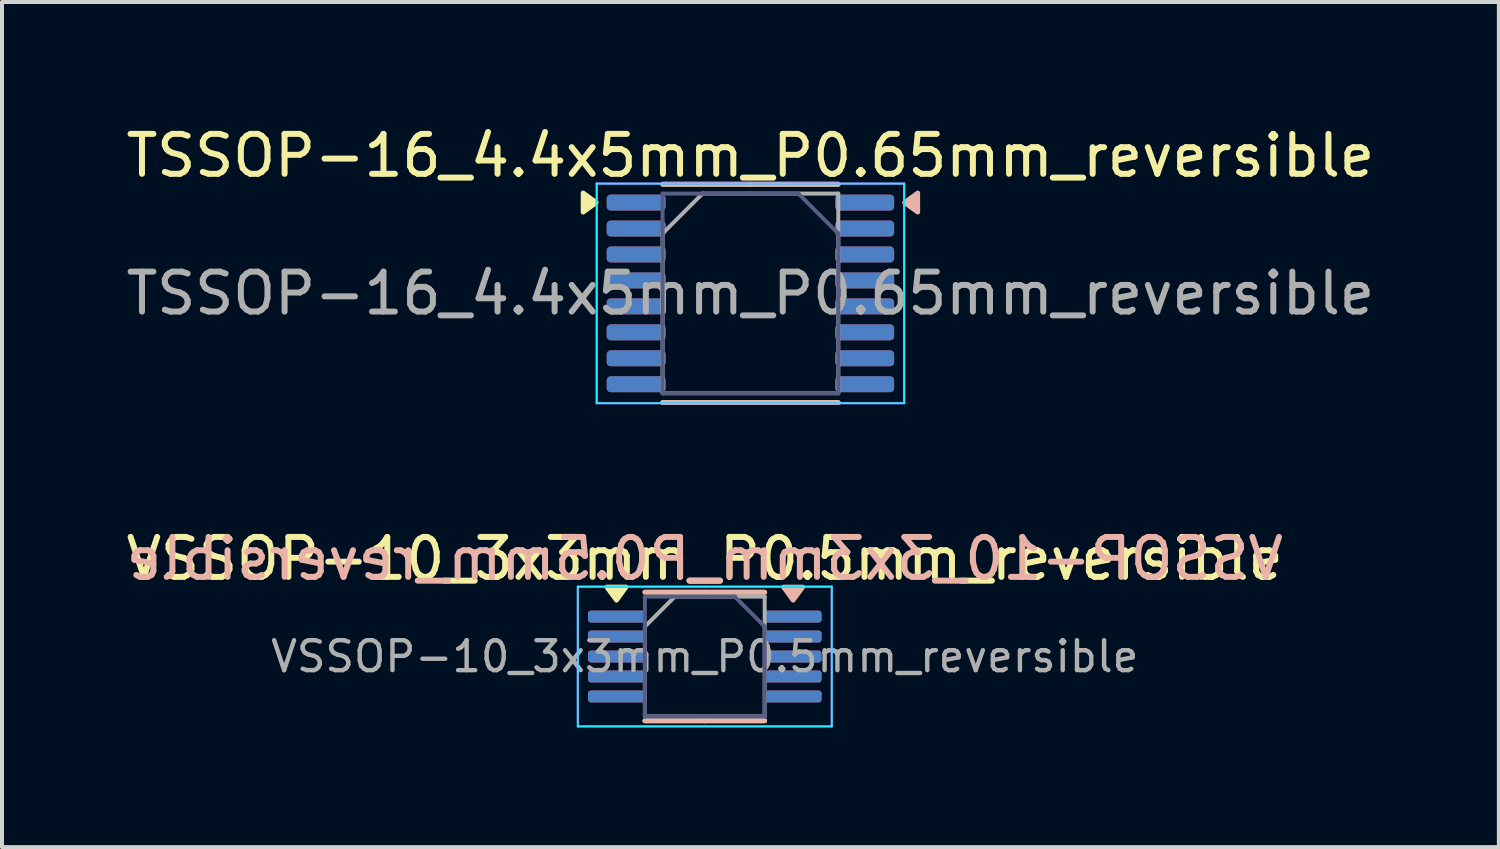
<source format=kicad_pcb>
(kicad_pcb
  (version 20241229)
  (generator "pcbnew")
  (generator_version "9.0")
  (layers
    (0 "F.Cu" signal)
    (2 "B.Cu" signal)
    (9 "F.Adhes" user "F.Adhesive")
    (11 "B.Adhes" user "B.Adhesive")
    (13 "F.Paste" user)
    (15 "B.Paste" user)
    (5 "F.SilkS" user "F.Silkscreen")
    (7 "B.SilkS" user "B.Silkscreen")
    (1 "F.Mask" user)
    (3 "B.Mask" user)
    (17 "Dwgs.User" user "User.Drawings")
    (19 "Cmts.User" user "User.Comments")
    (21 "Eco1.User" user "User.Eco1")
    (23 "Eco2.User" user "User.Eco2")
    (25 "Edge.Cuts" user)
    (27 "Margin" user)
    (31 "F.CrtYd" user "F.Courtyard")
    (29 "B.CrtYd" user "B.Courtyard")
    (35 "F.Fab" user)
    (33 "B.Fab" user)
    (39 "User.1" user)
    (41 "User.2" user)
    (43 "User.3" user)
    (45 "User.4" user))
  (footprint "TSSOP-16_4.4x5mm_P0.65mm_reversible"
    (layer "F.Cu")
    (at 15.744 4.298)
    (property "Reference" "TSSOP-16_4.4x5mm_P0.65mm_reversible" (at 0 -3.45 0) (layer "F.SilkS") (effects (font (size 1 1) (thickness 0.15))))
    (attr smd)
    (fp_line (start 0 -2.735) (end -2.2 -2.735) (stroke (width 0.12) (type solid)) (layer "F.SilkS"))
    (fp_line (start 0 -2.735) (end 2.2 -2.735) (stroke (width 0.12) (type solid)) (layer "F.SilkS"))
    (fp_line (start 0 2.735) (end -2.2 2.735) (stroke (width 0.12) (type solid)) (layer "F.SilkS"))
    (fp_line (start 0 2.735) (end 2.2 2.735) (stroke (width 0.12) (type solid)) (layer "F.SilkS"))
    (fp_poly (pts (xy -3.86 -2.275) (xy -4.19 -2.515) (xy -4.19 -2.035) (xy -3.86 -2.275)) (stroke (width 0.12) (type solid)) (fill yes) (layer "F.SilkS"))
    (fp_line (start -2.2 -2.735) (end 0 -2.735) (stroke (width 0.12) (type solid)) (layer "B.SilkS"))
    (fp_line (start -2.2 2.735) (end 0 2.735) (stroke (width 0.12) (type solid)) (layer "B.SilkS"))
    (fp_line (start 2.2 -2.735) (end 0 -2.735) (stroke (width 0.12) (type solid)) (layer "B.SilkS"))
    (fp_line (start 2.2 2.735) (end 0 2.735) (stroke (width 0.12) (type solid)) (layer "B.SilkS"))
    (fp_poly (pts (xy 3.86 -2.275) (xy 4.19 -2.515) (xy 4.19 -2.035) (xy 3.86 -2.275)) (stroke (width 0.12) (type solid)) (fill yes) (layer "B.SilkS"))
    (fp_line (start -3.85 -2.75) (end -3.85 2.75) (stroke (width 0.05) (type solid)) (layer "B.CrtYd"))
    (fp_line (start -3.85 2.75) (end 3.85 2.75) (stroke (width 0.05) (type solid)) (layer "B.CrtYd"))
    (fp_line (start 3.85 -2.75) (end -3.85 -2.75) (stroke (width 0.05) (type solid)) (layer "B.CrtYd"))
    (fp_line (start 3.85 2.75) (end 3.85 -2.75) (stroke (width 0.05) (type solid)) (layer "B.CrtYd"))
    (fp_line (start -3.85 -2.75) (end -3.85 2.75) (stroke (width 0.05) (type solid)) (layer "F.CrtYd"))
    (fp_line (start -3.85 2.75) (end 3.85 2.75) (stroke (width 0.05) (type solid)) (layer "F.CrtYd"))
    (fp_line (start 3.85 -2.75) (end -3.85 -2.75) (stroke (width 0.05) (type solid)) (layer "F.CrtYd"))
    (fp_line (start 3.85 2.75) (end 3.85 -2.75) (stroke (width 0.05) (type solid)) (layer "F.CrtYd"))
    (fp_line (start -2.2 -2.5) (end 1.2 -2.5) (stroke (width 0.1) (type solid)) (layer "B.Fab"))
    (fp_line (start -2.2 2.5) (end -2.2 -2.5) (stroke (width 0.1) (type solid)) (layer "B.Fab"))
    (fp_line (start 1.2 -2.5) (end 2.2 -1.5) (stroke (width 0.1) (type solid)) (layer "B.Fab"))
    (fp_line (start 2.2 -1.5) (end 2.2 2.5) (stroke (width 0.1) (type solid)) (layer "B.Fab"))
    (fp_line (start 2.2 2.5) (end -2.2 2.5) (stroke (width 0.1) (type solid)) (layer "B.Fab"))
    (fp_line (start -2.2 -1.5) (end -1.2 -2.5) (stroke (width 0.1) (type solid)) (layer "F.Fab"))
    (fp_line (start -2.2 2.5) (end -2.2 -1.5) (stroke (width 0.1) (type solid)) (layer "F.Fab"))
    (fp_line (start -1.2 -2.5) (end 2.2 -2.5) (stroke (width 0.1) (type solid)) (layer "F.Fab"))
    (fp_line (start 2.2 -2.5) (end 2.2 2.5) (stroke (width 0.1) (type solid)) (layer "F.Fab"))
    (fp_line (start 2.2 2.5) (end -2.2 2.5) (stroke (width 0.1) (type solid)) (layer "F.Fab"))
    (fp_text user "${REFERENCE}" (at 0 0 0) (layer "F.Fab") (effects (font (size 1 1) (thickness 0.15))))
    (pad "1" smd roundrect (at -2.862 -2.275) (size 1.475 0.4) (layers "F.Cu" "F.Mask" "F.Paste") (roundrect_rratio 0.25))
    (pad "1" smd roundrect (at 2.862 -2.275) (size 1.475 0.4) (layers "B.Cu" "B.Mask" "B.Paste") (roundrect_rratio 0.25))
    (pad "2" smd roundrect (at -2.862 -1.625) (size 1.475 0.4) (layers "F.Cu" "F.Mask" "F.Paste") (roundrect_rratio 0.25))
    (pad "2" smd roundrect (at 2.862 -1.625) (size 1.475 0.4) (layers "B.Cu" "B.Mask" "B.Paste") (roundrect_rratio 0.25))
    (pad "3" smd roundrect (at -2.862 -0.975) (size 1.475 0.4) (layers "F.Cu" "F.Mask" "F.Paste") (roundrect_rratio 0.25))
    (pad "3" smd roundrect (at 2.862 -0.975) (size 1.475 0.4) (layers "B.Cu" "B.Mask" "B.Paste") (roundrect_rratio 0.25))
    (pad "4" smd roundrect (at -2.862 -0.325) (size 1.475 0.4) (layers "F.Cu" "F.Mask" "F.Paste") (roundrect_rratio 0.25))
    (pad "4" smd roundrect (at 2.862 -0.325) (size 1.475 0.4) (layers "B.Cu" "B.Mask" "B.Paste") (roundrect_rratio 0.25))
    (pad "5" smd roundrect (at -2.862 0.325) (size 1.475 0.4) (layers "F.Cu" "F.Mask" "F.Paste") (roundrect_rratio 0.25))
    (pad "5" smd roundrect (at 2.862 0.325) (size 1.475 0.4) (layers "B.Cu" "B.Mask" "B.Paste") (roundrect_rratio 0.25))
    (pad "6" smd roundrect (at -2.862 0.975) (size 1.475 0.4) (layers "F.Cu" "F.Mask" "F.Paste") (roundrect_rratio 0.25))
    (pad "6" smd roundrect (at 2.862 0.975) (size 1.475 0.4) (layers "B.Cu" "B.Mask" "B.Paste") (roundrect_rratio 0.25))
    (pad "7" smd roundrect (at -2.862 1.625) (size 1.475 0.4) (layers "F.Cu" "F.Mask" "F.Paste") (roundrect_rratio 0.25))
    (pad "7" smd roundrect (at 2.862 1.625) (size 1.475 0.4) (layers "B.Cu" "B.Mask" "B.Paste") (roundrect_rratio 0.25))
    (pad "8" smd roundrect (at -2.862 2.275) (size 1.475 0.4) (layers "F.Cu" "F.Mask" "F.Paste") (roundrect_rratio 0.25))
    (pad "8" smd roundrect (at 2.862 2.275) (size 1.475 0.4) (layers "B.Cu" "B.Mask" "B.Paste") (roundrect_rratio 0.25))
    (pad "9" smd roundrect (at -2.862 2.275) (size 1.475 0.4) (layers "B.Cu" "B.Mask" "B.Paste") (roundrect_rratio 0.25))
    (pad "9" smd roundrect (at 2.862 2.275) (size 1.475 0.4) (layers "F.Cu" "F.Mask" "F.Paste") (roundrect_rratio 0.25))
    (pad "10" smd roundrect (at -2.862 1.625) (size 1.475 0.4) (layers "B.Cu" "B.Mask" "B.Paste") (roundrect_rratio 0.25))
    (pad "10" smd roundrect (at 2.862 1.625) (size 1.475 0.4) (layers "F.Cu" "F.Mask" "F.Paste") (roundrect_rratio 0.25))
    (pad "11" smd roundrect (at -2.862 0.975) (size 1.475 0.4) (layers "B.Cu" "B.Mask" "B.Paste") (roundrect_rratio 0.25))
    (pad "11" smd roundrect (at 2.862 0.975) (size 1.475 0.4) (layers "F.Cu" "F.Mask" "F.Paste") (roundrect_rratio 0.25))
    (pad "12" smd roundrect (at -2.862 0.325) (size 1.475 0.4) (layers "B.Cu" "B.Mask" "B.Paste") (roundrect_rratio 0.25))
    (pad "12" smd roundrect (at 2.862 0.325) (size 1.475 0.4) (layers "F.Cu" "F.Mask" "F.Paste") (roundrect_rratio 0.25))
    (pad "13" smd roundrect (at -2.862 -0.325) (size 1.475 0.4) (layers "B.Cu" "B.Mask" "B.Paste") (roundrect_rratio 0.25))
    (pad "13" smd roundrect (at 2.862 -0.325) (size 1.475 0.4) (layers "F.Cu" "F.Mask" "F.Paste") (roundrect_rratio 0.25))
    (pad "14" smd roundrect (at -2.862 -0.975) (size 1.475 0.4) (layers "B.Cu" "B.Mask" "B.Paste") (roundrect_rratio 0.25))
    (pad "14" smd roundrect (at 2.862 -0.975) (size 1.475 0.4) (layers "F.Cu" "F.Mask" "F.Paste") (roundrect_rratio 0.25))
    (pad "15" smd roundrect (at -2.862 -1.625) (size 1.475 0.4) (layers "B.Cu" "B.Mask" "B.Paste") (roundrect_rratio 0.25))
    (pad "15" smd roundrect (at 2.862 -1.625) (size 1.475 0.4) (layers "F.Cu" "F.Mask" "F.Paste") (roundrect_rratio 0.25))
    (pad "16" smd roundrect (at -2.862 -2.275) (size 1.475 0.4) (layers "B.Cu" "B.Mask" "B.Paste") (roundrect_rratio 0.25))
    (pad "16" smd roundrect (at 2.862 -2.275) (size 1.475 0.4) (layers "F.Cu" "F.Mask" "F.Paste") (roundrect_rratio 0.25)))
  (footprint "VSSOP-10_3x3mm_P0.5mm_reversible"
    (layer "F.Cu")
    (at 14.601 13.392)
    (property "Reference" "VSSOP-10_3x3mm_P0.5mm_reversible" (at 0 -2.45 0) (layer "F.SilkS") (effects (font (size 1 1) (thickness 0.15))))
    (attr smd)
    (fp_line (start 0 -1.61) (end -1.5 -1.61) (stroke (width 0.12) (type solid)) (layer "F.SilkS"))
    (fp_line (start 0 -1.61) (end 1.5 -1.61) (stroke (width 0.12) (type solid)) (layer "F.SilkS"))
    (fp_line (start 0 1.61) (end -1.5 1.61) (stroke (width 0.12) (type solid)) (layer "F.SilkS"))
    (fp_line (start 0 1.61) (end 1.5 1.61) (stroke (width 0.12) (type solid)) (layer "F.SilkS"))
    (fp_poly (pts (xy -2.212 -1.41) (xy -2.453 -1.74) (xy -1.972 -1.74) (xy -2.212 -1.41)) (stroke (width 0.12) (type solid)) (fill yes) (layer "F.SilkS"))
    (fp_line (start -1.5 -1.61) (end 0 -1.61) (stroke (width 0.12) (type solid)) (layer "B.SilkS"))
    (fp_line (start -1.5 1.61) (end 0 1.61) (stroke (width 0.12) (type solid)) (layer "B.SilkS"))
    (fp_line (start 1.5 -1.61) (end 0 -1.61) (stroke (width 0.12) (type solid)) (layer "B.SilkS"))
    (fp_line (start 1.5 1.61) (end 0 1.61) (stroke (width 0.12) (type solid)) (layer "B.SilkS"))
    (fp_poly (pts (xy 2.212 -1.41) (xy 2.453 -1.74) (xy 1.972 -1.74) (xy 2.212 -1.41)) (stroke (width 0.12) (type solid)) (fill yes) (layer "B.SilkS"))
    (fp_line (start -3.18 -1.75) (end -3.18 1.75) (stroke (width 0.05) (type solid)) (layer "B.CrtYd"))
    (fp_line (start -3.18 1.75) (end 3.18 1.75) (stroke (width 0.05) (type solid)) (layer "B.CrtYd"))
    (fp_line (start 3.18 -1.75) (end -3.18 -1.75) (stroke (width 0.05) (type solid)) (layer "B.CrtYd"))
    (fp_line (start 3.18 1.75) (end 3.18 -1.75) (stroke (width 0.05) (type solid)) (layer "B.CrtYd"))
    (fp_line (start -3.18 -1.75) (end -3.18 1.75) (stroke (width 0.05) (type solid)) (layer "F.CrtYd"))
    (fp_line (start -3.18 1.75) (end 3.18 1.75) (stroke (width 0.05) (type solid)) (layer "F.CrtYd"))
    (fp_line (start 3.18 -1.75) (end -3.18 -1.75) (stroke (width 0.05) (type solid)) (layer "F.CrtYd"))
    (fp_line (start 3.18 1.75) (end 3.18 -1.75) (stroke (width 0.05) (type solid)) (layer "F.CrtYd"))
    (fp_line (start -1.5 -1.5) (end 0.75 -1.5) (stroke (width 0.1) (type solid)) (layer "B.Fab"))
    (fp_line (start -1.5 1.5) (end -1.5 -1.5) (stroke (width 0.1) (type solid)) (layer "B.Fab"))
    (fp_line (start 0.75 -1.5) (end 1.5 -0.75) (stroke (width 0.1) (type solid)) (layer "B.Fab"))
    (fp_line (start 1.5 -0.75) (end 1.5 1.5) (stroke (width 0.1) (type solid)) (layer "B.Fab"))
    (fp_line (start 1.5 1.5) (end -1.5 1.5) (stroke (width 0.1) (type solid)) (layer "B.Fab"))
    (fp_line (start -1.5 -0.75) (end -0.75 -1.5) (stroke (width 0.1) (type solid)) (layer "F.Fab"))
    (fp_line (start -1.5 1.5) (end -1.5 -0.75) (stroke (width 0.1) (type solid)) (layer "F.Fab"))
    (fp_line (start -0.75 -1.5) (end 1.5 -1.5) (stroke (width 0.1) (type solid)) (layer "F.Fab"))
    (fp_line (start 1.5 -1.5) (end 1.5 1.5) (stroke (width 0.1) (type solid)) (layer "F.Fab"))
    (fp_line (start 1.5 1.5) (end -1.5 1.5) (stroke (width 0.1) (type solid)) (layer "F.Fab"))
    (fp_text user "${REFERENCE}" (at 0 -2.45 0) (layer "B.SilkS") (effects (font (size 1 1) (thickness 0.15)) (justify mirror)))
    (fp_text user "${REFERENCE}" (at 0 0 0) (layer "F.Fab") (effects (font (size 0.75 0.75) (thickness 0.11))))
    (pad "1" smd roundrect (at -2.2 -1) (size 1.45 0.3) (layers "F.Cu" "F.Mask" "F.Paste") (roundrect_rratio 0.25))
    (pad "1" smd roundrect (at 2.2 -1) (size 1.45 0.3) (layers "B.Cu" "B.Mask" "B.Paste") (roundrect_rratio 0.25))
    (pad "2" smd roundrect (at -2.2 -0.5) (size 1.45 0.3) (layers "F.Cu" "F.Mask" "F.Paste") (roundrect_rratio 0.25))
    (pad "2" smd roundrect (at 2.2 -0.5) (size 1.45 0.3) (layers "B.Cu" "B.Mask" "B.Paste") (roundrect_rratio 0.25))
    (pad "3" smd roundrect (at -2.2 0) (size 1.45 0.3) (layers "F.Cu" "F.Mask" "F.Paste") (roundrect_rratio 0.25))
    (pad "3" smd roundrect (at 2.2 0) (size 1.45 0.3) (layers "B.Cu" "B.Mask" "B.Paste") (roundrect_rratio 0.25))
    (pad "4" smd roundrect (at -2.2 0.5) (size 1.45 0.3) (layers "F.Cu" "F.Mask" "F.Paste") (roundrect_rratio 0.25))
    (pad "4" smd roundrect (at 2.2 0.5) (size 1.45 0.3) (layers "B.Cu" "B.Mask" "B.Paste") (roundrect_rratio 0.25))
    (pad "5" smd roundrect (at -2.2 1) (size 1.45 0.3) (layers "F.Cu" "F.Mask" "F.Paste") (roundrect_rratio 0.25))
    (pad "5" smd roundrect (at 2.2 1) (size 1.45 0.3) (layers "B.Cu" "B.Mask" "B.Paste") (roundrect_rratio 0.25))
    (pad "6" smd roundrect (at -2.2 1) (size 1.45 0.3) (layers "B.Cu" "B.Mask" "B.Paste") (roundrect_rratio 0.25))
    (pad "6" smd roundrect (at 2.2 1) (size 1.45 0.3) (layers "F.Cu" "F.Mask" "F.Paste") (roundrect_rratio 0.25))
    (pad "7" smd roundrect (at -2.2 0.5) (size 1.45 0.3) (layers "B.Cu" "B.Mask" "B.Paste") (roundrect_rratio 0.25))
    (pad "7" smd roundrect (at 2.2 0.5) (size 1.45 0.3) (layers "F.Cu" "F.Mask" "F.Paste") (roundrect_rratio 0.25))
    (pad "8" smd roundrect (at -2.2 0) (size 1.45 0.3) (layers "B.Cu" "B.Mask" "B.Paste") (roundrect_rratio 0.25))
    (pad "8" smd roundrect (at 2.2 0) (size 1.45 0.3) (layers "F.Cu" "F.Mask" "F.Paste") (roundrect_rratio 0.25))
    (pad "9" smd roundrect (at -2.2 -0.5) (size 1.45 0.3) (layers "B.Cu" "B.Mask" "B.Paste") (roundrect_rratio 0.25))
    (pad "9" smd roundrect (at 2.2 -0.5) (size 1.45 0.3) (layers "F.Cu" "F.Mask" "F.Paste") (roundrect_rratio 0.25))
    (pad "10" smd roundrect (at -2.2 -1) (size 1.45 0.3) (layers "B.Cu" "B.Mask" "B.Paste") (roundrect_rratio 0.25))
    (pad "10" smd roundrect (at 2.2 -1) (size 1.45 0.3) (layers "F.Cu" "F.Mask" "F.Paste") (roundrect_rratio 0.25)))
  (gr_rect
    (start -3 -3)
    (end 34.488 18.166)
    (stroke (width 0.1) (type default))
    (fill no)
    (layer "Edge.Cuts")))
</source>
